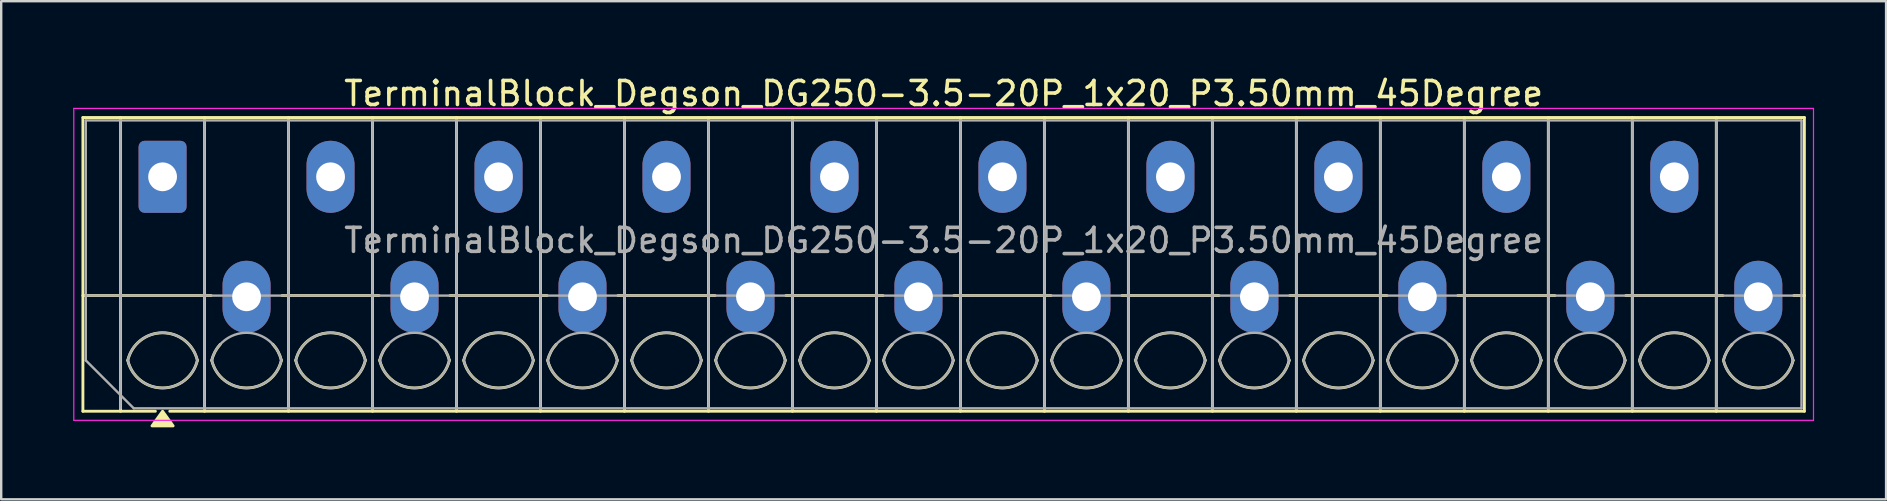
<source format=kicad_pcb>
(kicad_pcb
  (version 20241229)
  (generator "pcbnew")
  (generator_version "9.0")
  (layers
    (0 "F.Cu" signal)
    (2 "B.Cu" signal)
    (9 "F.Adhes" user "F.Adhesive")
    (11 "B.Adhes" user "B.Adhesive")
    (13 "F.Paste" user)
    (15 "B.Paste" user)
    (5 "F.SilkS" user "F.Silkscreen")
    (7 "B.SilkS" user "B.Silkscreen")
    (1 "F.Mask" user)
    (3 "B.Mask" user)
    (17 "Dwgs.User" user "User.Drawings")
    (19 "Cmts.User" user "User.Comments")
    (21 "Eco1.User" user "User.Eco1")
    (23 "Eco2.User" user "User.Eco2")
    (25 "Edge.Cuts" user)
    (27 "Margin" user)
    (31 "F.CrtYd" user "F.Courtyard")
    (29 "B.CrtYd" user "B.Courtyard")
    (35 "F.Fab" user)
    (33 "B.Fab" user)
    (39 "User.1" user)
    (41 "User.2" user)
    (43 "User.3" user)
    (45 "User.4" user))
  (footprint "TerminalBlock_Degson_DG250-3.5-20P_1x20_P3.50mm_45Degree"
    (layer "F.Cu")
    (at 3.725 4.318)
    (property "Reference" "TerminalBlock_Degson_DG250-3.5-20P_1x20_P3.50mm_45Degree" (at 32.55 -3.47 0) (layer "F.SilkS") (effects (font (size 1 1) (thickness 0.15))))
    (attr through_hole)
    (fp_line (start -3.32 -2.47) (end 68.42 -2.47) (stroke (width 0.12) (type solid)) (layer "F.SilkS"))
    (fp_line (start -3.32 4.95) (end 2.02 4.95) (stroke (width 0.12) (type solid)) (layer "F.SilkS"))
    (fp_line (start -3.32 9.77) (end -3.32 -2.47) (stroke (width 0.12) (type solid)) (layer "F.SilkS"))
    (fp_line (start -1.75 -2.47) (end -1.75 9.77) (stroke (width 0.12) (type solid)) (layer "F.SilkS"))
    (fp_line (start -0.3 9.77) (end -3.32 9.77) (stroke (width 0.12) (type solid)) (layer "F.SilkS"))
    (fp_line (start 1.75 -2.47) (end 1.75 9.77) (stroke (width 0.12) (type solid)) (layer "F.SilkS"))
    (fp_line (start 4.98 4.95) (end 9.02 4.95) (stroke (width 0.12) (type solid)) (layer "F.SilkS"))
    (fp_line (start 5.25 -2.47) (end 5.25 9.77) (stroke (width 0.12) (type solid)) (layer "F.SilkS"))
    (fp_line (start 8.75 -2.47) (end 8.75 9.77) (stroke (width 0.12) (type solid)) (layer "F.SilkS"))
    (fp_line (start 11.98 4.95) (end 16.02 4.95) (stroke (width 0.12) (type solid)) (layer "F.SilkS"))
    (fp_line (start 12.25 -2.47) (end 12.25 9.77) (stroke (width 0.12) (type solid)) (layer "F.SilkS"))
    (fp_line (start 15.75 -2.47) (end 15.75 9.77) (stroke (width 0.12) (type solid)) (layer "F.SilkS"))
    (fp_line (start 18.98 4.95) (end 23.02 4.95) (stroke (width 0.12) (type solid)) (layer "F.SilkS"))
    (fp_line (start 19.25 -2.47) (end 19.25 9.77) (stroke (width 0.12) (type solid)) (layer "F.SilkS"))
    (fp_line (start 22.75 -2.47) (end 22.75 9.77) (stroke (width 0.12) (type solid)) (layer "F.SilkS"))
    (fp_line (start 25.98 4.95) (end 30.02 4.95) (stroke (width 0.12) (type solid)) (layer "F.SilkS"))
    (fp_line (start 26.25 -2.47) (end 26.25 9.77) (stroke (width 0.12) (type solid)) (layer "F.SilkS"))
    (fp_line (start 29.75 -2.47) (end 29.75 9.77) (stroke (width 0.12) (type solid)) (layer "F.SilkS"))
    (fp_line (start 32.98 4.95) (end 37.02 4.95) (stroke (width 0.12) (type solid)) (layer "F.SilkS"))
    (fp_line (start 33.25 -2.47) (end 33.25 9.77) (stroke (width 0.12) (type solid)) (layer "F.SilkS"))
    (fp_line (start 36.75 -2.47) (end 36.75 9.77) (stroke (width 0.12) (type solid)) (layer "F.SilkS"))
    (fp_line (start 39.98 4.95) (end 44.02 4.95) (stroke (width 0.12) (type solid)) (layer "F.SilkS"))
    (fp_line (start 40.25 -2.47) (end 40.25 9.77) (stroke (width 0.12) (type solid)) (layer "F.SilkS"))
    (fp_line (start 43.75 -2.47) (end 43.75 9.77) (stroke (width 0.12) (type solid)) (layer "F.SilkS"))
    (fp_line (start 46.98 4.95) (end 51.02 4.95) (stroke (width 0.12) (type solid)) (layer "F.SilkS"))
    (fp_line (start 47.25 -2.47) (end 47.25 9.77) (stroke (width 0.12) (type solid)) (layer "F.SilkS"))
    (fp_line (start 50.75 -2.47) (end 50.75 9.77) (stroke (width 0.12) (type solid)) (layer "F.SilkS"))
    (fp_line (start 53.98 4.95) (end 58.02 4.95) (stroke (width 0.12) (type solid)) (layer "F.SilkS"))
    (fp_line (start 54.25 -2.47) (end 54.25 9.77) (stroke (width 0.12) (type solid)) (layer "F.SilkS"))
    (fp_line (start 57.75 -2.47) (end 57.75 9.77) (stroke (width 0.12) (type solid)) (layer "F.SilkS"))
    (fp_line (start 60.98 4.95) (end 65.02 4.95) (stroke (width 0.12) (type solid)) (layer "F.SilkS"))
    (fp_line (start 61.25 -2.47) (end 61.25 9.77) (stroke (width 0.12) (type solid)) (layer "F.SilkS"))
    (fp_line (start 64.75 -2.47) (end 64.75 9.77) (stroke (width 0.12) (type solid)) (layer "F.SilkS"))
    (fp_line (start 67.98 4.95) (end 68.42 4.95) (stroke (width 0.12) (type solid)) (layer "F.SilkS"))
    (fp_line (start 68.42 -2.47) (end 68.42 9.77) (stroke (width 0.12) (type solid)) (layer "F.SilkS"))
    (fp_line (start 68.42 9.77) (end 0.3 9.77) (stroke (width 0.12) (type solid)) (layer "F.SilkS"))
    (fp_arc (start -1.45 7.65) (mid 0 6.5) (end 1.45 7.65) (stroke (width 0.12) (type solid)) (layer "F.SilkS"))
    (fp_arc (start 1.45 7.65) (mid 0 8.8) (end -1.45 7.65) (stroke (width 0.12) (type solid)) (layer "F.SilkS"))
    (fp_arc (start 2.05 7.65) (mid 2.18402 7.291962) (end 2.405 6.98) (stroke (width 0.12) (type solid)) (layer "F.SilkS"))
    (fp_arc (start 4.595 6.98) (mid 4.81598 7.291962) (end 4.95 7.65) (stroke (width 0.12) (type solid)) (layer "F.SilkS"))
    (fp_arc (start 4.95 7.65) (mid 3.5 8.8) (end 2.05 7.65) (stroke (width 0.12) (type solid)) (layer "F.SilkS"))
    (fp_arc (start 5.55 7.65) (mid 7 6.5) (end 8.45 7.65) (stroke (width 0.12) (type solid)) (layer "F.SilkS"))
    (fp_arc (start 8.45 7.65) (mid 7 8.8) (end 5.55 7.65) (stroke (width 0.12) (type solid)) (layer "F.SilkS"))
    (fp_arc (start 9.05 7.65) (mid 9.18402 7.291962) (end 9.405 6.98) (stroke (width 0.12) (type solid)) (layer "F.SilkS"))
    (fp_arc (start 11.595 6.98) (mid 11.81598 7.291962) (end 11.95 7.65) (stroke (width 0.12) (type solid)) (layer "F.SilkS"))
    (fp_arc (start 11.95 7.65) (mid 10.5 8.8) (end 9.05 7.65) (stroke (width 0.12) (type solid)) (layer "F.SilkS"))
    (fp_arc (start 12.55 7.65) (mid 14 6.5) (end 15.45 7.65) (stroke (width 0.12) (type solid)) (layer "F.SilkS"))
    (fp_arc (start 15.45 7.65) (mid 14 8.8) (end 12.55 7.65) (stroke (width 0.12) (type solid)) (layer "F.SilkS"))
    (fp_arc (start 16.05 7.65) (mid 16.18402 7.291962) (end 16.405 6.98) (stroke (width 0.12) (type solid)) (layer "F.SilkS"))
    (fp_arc (start 18.595 6.98) (mid 18.81598 7.291962) (end 18.95 7.65) (stroke (width 0.12) (type solid)) (layer "F.SilkS"))
    (fp_arc (start 18.95 7.65) (mid 17.5 8.8) (end 16.05 7.65) (stroke (width 0.12) (type solid)) (layer "F.SilkS"))
    (fp_arc (start 19.55 7.65) (mid 21 6.5) (end 22.45 7.65) (stroke (width 0.12) (type solid)) (layer "F.SilkS"))
    (fp_arc (start 22.45 7.65) (mid 21 8.8) (end 19.55 7.65) (stroke (width 0.12) (type solid)) (layer "F.SilkS"))
    (fp_arc (start 23.05 7.65) (mid 23.18402 7.291962) (end 23.405 6.98) (stroke (width 0.12) (type solid)) (layer "F.SilkS"))
    (fp_arc (start 25.595 6.98) (mid 25.81598 7.291962) (end 25.95 7.65) (stroke (width 0.12) (type solid)) (layer "F.SilkS"))
    (fp_arc (start 25.95 7.65) (mid 24.5 8.8) (end 23.05 7.65) (stroke (width 0.12) (type solid)) (layer "F.SilkS"))
    (fp_arc (start 26.55 7.65) (mid 28 6.5) (end 29.45 7.65) (stroke (width 0.12) (type solid)) (layer "F.SilkS"))
    (fp_arc (start 29.45 7.65) (mid 28 8.8) (end 26.55 7.65) (stroke (width 0.12) (type solid)) (layer "F.SilkS"))
    (fp_arc (start 30.05 7.65) (mid 30.18402 7.291962) (end 30.405 6.98) (stroke (width 0.12) (type solid)) (layer "F.SilkS"))
    (fp_arc (start 32.595 6.98) (mid 32.81598 7.291962) (end 32.95 7.65) (stroke (width 0.12) (type solid)) (layer "F.SilkS"))
    (fp_arc (start 32.95 7.65) (mid 31.5 8.8) (end 30.05 7.65) (stroke (width 0.12) (type solid)) (layer "F.SilkS"))
    (fp_arc (start 33.55 7.65) (mid 35 6.5) (end 36.45 7.65) (stroke (width 0.12) (type solid)) (layer "F.SilkS"))
    (fp_arc (start 36.45 7.65) (mid 35 8.8) (end 33.55 7.65) (stroke (width 0.12) (type solid)) (layer "F.SilkS"))
    (fp_arc (start 37.05 7.65) (mid 37.18402 7.291962) (end 37.405 6.98) (stroke (width 0.12) (type solid)) (layer "F.SilkS"))
    (fp_arc (start 39.595 6.98) (mid 39.81598 7.291962) (end 39.95 7.65) (stroke (width 0.12) (type solid)) (layer "F.SilkS"))
    (fp_arc (start 39.95 7.65) (mid 38.5 8.8) (end 37.05 7.65) (stroke (width 0.12) (type solid)) (layer "F.SilkS"))
    (fp_arc (start 40.55 7.65) (mid 42 6.5) (end 43.45 7.65) (stroke (width 0.12) (type solid)) (layer "F.SilkS"))
    (fp_arc (start 43.45 7.65) (mid 42 8.8) (end 40.55 7.65) (stroke (width 0.12) (type solid)) (layer "F.SilkS"))
    (fp_arc (start 44.05 7.65) (mid 44.18402 7.291962) (end 44.405 6.98) (stroke (width 0.12) (type solid)) (layer "F.SilkS"))
    (fp_arc (start 46.595 6.98) (mid 46.81598 7.291962) (end 46.95 7.65) (stroke (width 0.12) (type solid)) (layer "F.SilkS"))
    (fp_arc (start 46.95 7.65) (mid 45.5 8.8) (end 44.05 7.65) (stroke (width 0.12) (type solid)) (layer "F.SilkS"))
    (fp_arc (start 47.55 7.65) (mid 49 6.5) (end 50.45 7.65) (stroke (width 0.12) (type solid)) (layer "F.SilkS"))
    (fp_arc (start 50.45 7.65) (mid 49 8.8) (end 47.55 7.65) (stroke (width 0.12) (type solid)) (layer "F.SilkS"))
    (fp_arc (start 51.05 7.65) (mid 51.18402 7.291962) (end 51.405 6.98) (stroke (width 0.12) (type solid)) (layer "F.SilkS"))
    (fp_arc (start 53.595 6.98) (mid 53.81598 7.291962) (end 53.95 7.65) (stroke (width 0.12) (type solid)) (layer "F.SilkS"))
    (fp_arc (start 53.95 7.65) (mid 52.5 8.8) (end 51.05 7.65) (stroke (width 0.12) (type solid)) (layer "F.SilkS"))
    (fp_arc (start 54.55 7.65) (mid 56 6.5) (end 57.45 7.65) (stroke (width 0.12) (type solid)) (layer "F.SilkS"))
    (fp_arc (start 57.45 7.65) (mid 56 8.8) (end 54.55 7.65) (stroke (width 0.12) (type solid)) (layer "F.SilkS"))
    (fp_arc (start 58.05 7.65) (mid 58.18402 7.291962) (end 58.405 6.98) (stroke (width 0.12) (type solid)) (layer "F.SilkS"))
    (fp_arc (start 60.595 6.98) (mid 60.81598 7.291962) (end 60.95 7.65) (stroke (width 0.12) (type solid)) (layer "F.SilkS"))
    (fp_arc (start 60.95 7.65) (mid 59.5 8.8) (end 58.05 7.65) (stroke (width 0.12) (type solid)) (layer "F.SilkS"))
    (fp_arc (start 61.55 7.65) (mid 63 6.5) (end 64.45 7.65) (stroke (width 0.12) (type solid)) (layer "F.SilkS"))
    (fp_arc (start 64.45 7.65) (mid 63 8.8) (end 61.55 7.65) (stroke (width 0.12) (type solid)) (layer "F.SilkS"))
    (fp_arc (start 65.05 7.65) (mid 65.18402 7.291962) (end 65.405 6.98) (stroke (width 0.12) (type solid)) (layer "F.SilkS"))
    (fp_arc (start 67.595 6.98) (mid 67.81598 7.291962) (end 67.95 7.65) (stroke (width 0.12) (type solid)) (layer "F.SilkS"))
    (fp_arc (start 67.95 7.65) (mid 66.5 8.8) (end 65.05 7.65) (stroke (width 0.12) (type solid)) (layer "F.SilkS"))
    (fp_poly (pts (xy 0 9.77) (xy 0.44 10.38) (xy -0.44 10.38)) (stroke (width 0.12) (type solid)) (fill yes) (layer "F.SilkS"))
    (fp_line (start -3.7 -2.85) (end -3.7 10.15) (stroke (width 0.05) (type solid)) (layer "F.CrtYd"))
    (fp_line (start -3.7 10.15) (end 68.8 10.15) (stroke (width 0.05) (type solid)) (layer "F.CrtYd"))
    (fp_line (start 68.8 -2.85) (end -3.7 -2.85) (stroke (width 0.05) (type solid)) (layer "F.CrtYd"))
    (fp_line (start 68.8 10.15) (end 68.8 -2.85) (stroke (width 0.05) (type solid)) (layer "F.CrtYd"))
    (fp_line (start -3.2 -2.35) (end 68.3 -2.35) (stroke (width 0.1) (type solid)) (layer "F.Fab"))
    (fp_line (start -3.2 4.95) (end 68.3 4.95) (stroke (width 0.1) (type solid)) (layer "F.Fab"))
    (fp_line (start -3.2 7.65) (end -3.2 -2.35) (stroke (width 0.1) (type solid)) (layer "F.Fab"))
    (fp_line (start -1.75 -2.35) (end -1.75 9.65) (stroke (width 0.1) (type solid)) (layer "F.Fab"))
    (fp_line (start -1.2 9.65) (end -3.2 7.65) (stroke (width 0.1) (type solid)) (layer "F.Fab"))
    (fp_line (start 1.75 -2.35) (end 1.75 9.65) (stroke (width 0.1) (type solid)) (layer "F.Fab"))
    (fp_line (start 5.25 -2.35) (end 5.25 9.65) (stroke (width 0.1) (type solid)) (layer "F.Fab"))
    (fp_line (start 8.75 -2.35) (end 8.75 9.65) (stroke (width 0.1) (type solid)) (layer "F.Fab"))
    (fp_line (start 12.25 -2.35) (end 12.25 9.65) (stroke (width 0.1) (type solid)) (layer "F.Fab"))
    (fp_line (start 15.75 -2.35) (end 15.75 9.65) (stroke (width 0.1) (type solid)) (layer "F.Fab"))
    (fp_line (start 19.25 -2.35) (end 19.25 9.65) (stroke (width 0.1) (type solid)) (layer "F.Fab"))
    (fp_line (start 22.75 -2.35) (end 22.75 9.65) (stroke (width 0.1) (type solid)) (layer "F.Fab"))
    (fp_line (start 26.25 -2.35) (end 26.25 9.65) (stroke (width 0.1) (type solid)) (layer "F.Fab"))
    (fp_line (start 29.75 -2.35) (end 29.75 9.65) (stroke (width 0.1) (type solid)) (layer "F.Fab"))
    (fp_line (start 33.25 -2.35) (end 33.25 9.65) (stroke (width 0.1) (type solid)) (layer "F.Fab"))
    (fp_line (start 36.75 -2.35) (end 36.75 9.65) (stroke (width 0.1) (type solid)) (layer "F.Fab"))
    (fp_line (start 40.25 -2.35) (end 40.25 9.65) (stroke (width 0.1) (type solid)) (layer "F.Fab"))
    (fp_line (start 43.75 -2.35) (end 43.75 9.65) (stroke (width 0.1) (type solid)) (layer "F.Fab"))
    (fp_line (start 47.25 -2.35) (end 47.25 9.65) (stroke (width 0.1) (type solid)) (layer "F.Fab"))
    (fp_line (start 50.75 -2.35) (end 50.75 9.65) (stroke (width 0.1) (type solid)) (layer "F.Fab"))
    (fp_line (start 54.25 -2.35) (end 54.25 9.65) (stroke (width 0.1) (type solid)) (layer "F.Fab"))
    (fp_line (start 57.75 -2.35) (end 57.75 9.65) (stroke (width 0.1) (type solid)) (layer "F.Fab"))
    (fp_line (start 61.25 -2.35) (end 61.25 9.65) (stroke (width 0.1) (type solid)) (layer "F.Fab"))
    (fp_line (start 64.75 -2.35) (end 64.75 9.65) (stroke (width 0.1) (type solid)) (layer "F.Fab"))
    (fp_line (start 68.3 -2.35) (end 68.3 9.65) (stroke (width 0.1) (type solid)) (layer "F.Fab"))
    (fp_line (start 68.3 9.65) (end -1.2 9.65) (stroke (width 0.1) (type solid)) (layer "F.Fab"))
    (fp_arc (start -1.45 7.65) (mid 0 6.5) (end 1.45 7.65) (stroke (width 0.1) (type solid)) (layer "F.Fab"))
    (fp_arc (start 1.45 7.65) (mid 0 8.8) (end -1.45 7.65) (stroke (width 0.1) (type solid)) (layer "F.Fab"))
    (fp_arc (start 2.05 7.65) (mid 3.5 6.5) (end 4.95 7.65) (stroke (width 0.1) (type solid)) (layer "F.Fab"))
    (fp_arc (start 4.95 7.65) (mid 3.5 8.8) (end 2.05 7.65) (stroke (width 0.1) (type solid)) (layer "F.Fab"))
    (fp_arc (start 5.55 7.65) (mid 7 6.5) (end 8.45 7.65) (stroke (width 0.1) (type solid)) (layer "F.Fab"))
    (fp_arc (start 8.45 7.65) (mid 7 8.8) (end 5.55 7.65) (stroke (width 0.1) (type solid)) (layer "F.Fab"))
    (fp_arc (start 9.05 7.65) (mid 10.5 6.5) (end 11.95 7.65) (stroke (width 0.1) (type solid)) (layer "F.Fab"))
    (fp_arc (start 11.95 7.65) (mid 10.5 8.8) (end 9.05 7.65) (stroke (width 0.1) (type solid)) (layer "F.Fab"))
    (fp_arc (start 12.55 7.65) (mid 14 6.5) (end 15.45 7.65) (stroke (width 0.1) (type solid)) (layer "F.Fab"))
    (fp_arc (start 15.45 7.65) (mid 14 8.8) (end 12.55 7.65) (stroke (width 0.1) (type solid)) (layer "F.Fab"))
    (fp_arc (start 16.05 7.65) (mid 17.5 6.5) (end 18.95 7.65) (stroke (width 0.1) (type solid)) (layer "F.Fab"))
    (fp_arc (start 18.95 7.65) (mid 17.5 8.8) (end 16.05 7.65) (stroke (width 0.1) (type solid)) (layer "F.Fab"))
    (fp_arc (start 19.55 7.65) (mid 21 6.5) (end 22.45 7.65) (stroke (width 0.1) (type solid)) (layer "F.Fab"))
    (fp_arc (start 22.45 7.65) (mid 21 8.8) (end 19.55 7.65) (stroke (width 0.1) (type solid)) (layer "F.Fab"))
    (fp_arc (start 23.05 7.65) (mid 24.5 6.5) (end 25.95 7.65) (stroke (width 0.1) (type solid)) (layer "F.Fab"))
    (fp_arc (start 25.95 7.65) (mid 24.5 8.8) (end 23.05 7.65) (stroke (width 0.1) (type solid)) (layer "F.Fab"))
    (fp_arc (start 26.55 7.65) (mid 28 6.5) (end 29.45 7.65) (stroke (width 0.1) (type solid)) (layer "F.Fab"))
    (fp_arc (start 29.45 7.65) (mid 28 8.8) (end 26.55 7.65) (stroke (width 0.1) (type solid)) (layer "F.Fab"))
    (fp_arc (start 30.05 7.65) (mid 31.5 6.5) (end 32.95 7.65) (stroke (width 0.1) (type solid)) (layer "F.Fab"))
    (fp_arc (start 32.95 7.65) (mid 31.5 8.8) (end 30.05 7.65) (stroke (width 0.1) (type solid)) (layer "F.Fab"))
    (fp_arc (start 33.55 7.65) (mid 35 6.5) (end 36.45 7.65) (stroke (width 0.1) (type solid)) (layer "F.Fab"))
    (fp_arc (start 36.45 7.65) (mid 35 8.8) (end 33.55 7.65) (stroke (width 0.1) (type solid)) (layer "F.Fab"))
    (fp_arc (start 37.05 7.65) (mid 38.5 6.5) (end 39.95 7.65) (stroke (width 0.1) (type solid)) (layer "F.Fab"))
    (fp_arc (start 39.95 7.65) (mid 38.5 8.8) (end 37.05 7.65) (stroke (width 0.1) (type solid)) (layer "F.Fab"))
    (fp_arc (start 40.55 7.65) (mid 42 6.5) (end 43.45 7.65) (stroke (width 0.1) (type solid)) (layer "F.Fab"))
    (fp_arc (start 43.45 7.65) (mid 42 8.8) (end 40.55 7.65) (stroke (width 0.1) (type solid)) (layer "F.Fab"))
    (fp_arc (start 44.05 7.65) (mid 45.5 6.5) (end 46.95 7.65) (stroke (width 0.1) (type solid)) (layer "F.Fab"))
    (fp_arc (start 46.95 7.65) (mid 45.5 8.8) (end 44.05 7.65) (stroke (width 0.1) (type solid)) (layer "F.Fab"))
    (fp_arc (start 47.55 7.65) (mid 49 6.5) (end 50.45 7.65) (stroke (width 0.1) (type solid)) (layer "F.Fab"))
    (fp_arc (start 50.45 7.65) (mid 49 8.8) (end 47.55 7.65) (stroke (width 0.1) (type solid)) (layer "F.Fab"))
    (fp_arc (start 51.05 7.65) (mid 52.5 6.5) (end 53.95 7.65) (stroke (width 0.1) (type solid)) (layer "F.Fab"))
    (fp_arc (start 53.95 7.65) (mid 52.5 8.8) (end 51.05 7.65) (stroke (width 0.1) (type solid)) (layer "F.Fab"))
    (fp_arc (start 54.55 7.65) (mid 56 6.5) (end 57.45 7.65) (stroke (width 0.1) (type solid)) (layer "F.Fab"))
    (fp_arc (start 57.45 7.65) (mid 56 8.8) (end 54.55 7.65) (stroke (width 0.1) (type solid)) (layer "F.Fab"))
    (fp_arc (start 58.05 7.65) (mid 59.5 6.5) (end 60.95 7.65) (stroke (width 0.1) (type solid)) (layer "F.Fab"))
    (fp_arc (start 60.95 7.65) (mid 59.5 8.8) (end 58.05 7.65) (stroke (width 0.1) (type solid)) (layer "F.Fab"))
    (fp_arc (start 61.55 7.65) (mid 63 6.5) (end 64.45 7.65) (stroke (width 0.1) (type solid)) (layer "F.Fab"))
    (fp_arc (start 64.45 7.65) (mid 63 8.8) (end 61.55 7.65) (stroke (width 0.1) (type solid)) (layer "F.Fab"))
    (fp_arc (start 65.05 7.65) (mid 66.5 6.5) (end 67.95 7.65) (stroke (width 0.1) (type solid)) (layer "F.Fab"))
    (fp_arc (start 67.95 7.65) (mid 66.5 8.8) (end 65.05 7.65) (stroke (width 0.1) (type solid)) (layer "F.Fab"))
    (fp_text user "${REFERENCE}" (at 32.55 2.65 0) (layer "F.Fab") (effects (font (size 1 1) (thickness 0.15))))
    (pad "1" thru_hole roundrect (at 0 0) (size 2 3) (drill 1.2) (layers "*.Cu" "*.Mask") (roundrect_rratio 0.125))
    (pad "2" thru_hole oval (at 3.5 5) (size 2 3) (drill 1.2) (layers "*.Cu" "*.Mask"))
    (pad "3" thru_hole oval (at 7 0) (size 2 3) (drill 1.2) (layers "*.Cu" "*.Mask"))
    (pad "4" thru_hole oval (at 10.5 5) (size 2 3) (drill 1.2) (layers "*.Cu" "*.Mask"))
    (pad "5" thru_hole oval (at 14 0) (size 2 3) (drill 1.2) (layers "*.Cu" "*.Mask"))
    (pad "6" thru_hole oval (at 17.5 5) (size 2 3) (drill 1.2) (layers "*.Cu" "*.Mask"))
    (pad "7" thru_hole oval (at 21 0) (size 2 3) (drill 1.2) (layers "*.Cu" "*.Mask"))
    (pad "8" thru_hole oval (at 24.5 5) (size 2 3) (drill 1.2) (layers "*.Cu" "*.Mask"))
    (pad "9" thru_hole oval (at 28 0) (size 2 3) (drill 1.2) (layers "*.Cu" "*.Mask"))
    (pad "10" thru_hole oval (at 31.5 5) (size 2 3) (drill 1.2) (layers "*.Cu" "*.Mask"))
    (pad "11" thru_hole oval (at 35 0) (size 2 3) (drill 1.2) (layers "*.Cu" "*.Mask"))
    (pad "12" thru_hole oval (at 38.5 5) (size 2 3) (drill 1.2) (layers "*.Cu" "*.Mask"))
    (pad "13" thru_hole oval (at 42 0) (size 2 3) (drill 1.2) (layers "*.Cu" "*.Mask"))
    (pad "14" thru_hole oval (at 45.5 5) (size 2 3) (drill 1.2) (layers "*.Cu" "*.Mask"))
    (pad "15" thru_hole oval (at 49 0) (size 2 3) (drill 1.2) (layers "*.Cu" "*.Mask"))
    (pad "16" thru_hole oval (at 52.5 5) (size 2 3) (drill 1.2) (layers "*.Cu" "*.Mask"))
    (pad "17" thru_hole oval (at 56 0) (size 2 3) (drill 1.2) (layers "*.Cu" "*.Mask"))
    (pad "18" thru_hole oval (at 59.5 5) (size 2 3) (drill 1.2) (layers "*.Cu" "*.Mask"))
    (pad "19" thru_hole oval (at 63 0) (size 2 3) (drill 1.2) (layers "*.Cu" "*.Mask"))
    (pad "20" thru_hole oval (at 66.5 5) (size 2 3) (drill 1.2) (layers "*.Cu" "*.Mask")))
  (gr_rect
    (start -3 -3)
    (end 75.55 17.758)
    (stroke (width 0.1) (type default))
    (fill no)
    (layer "Edge.Cuts")))
</source>
